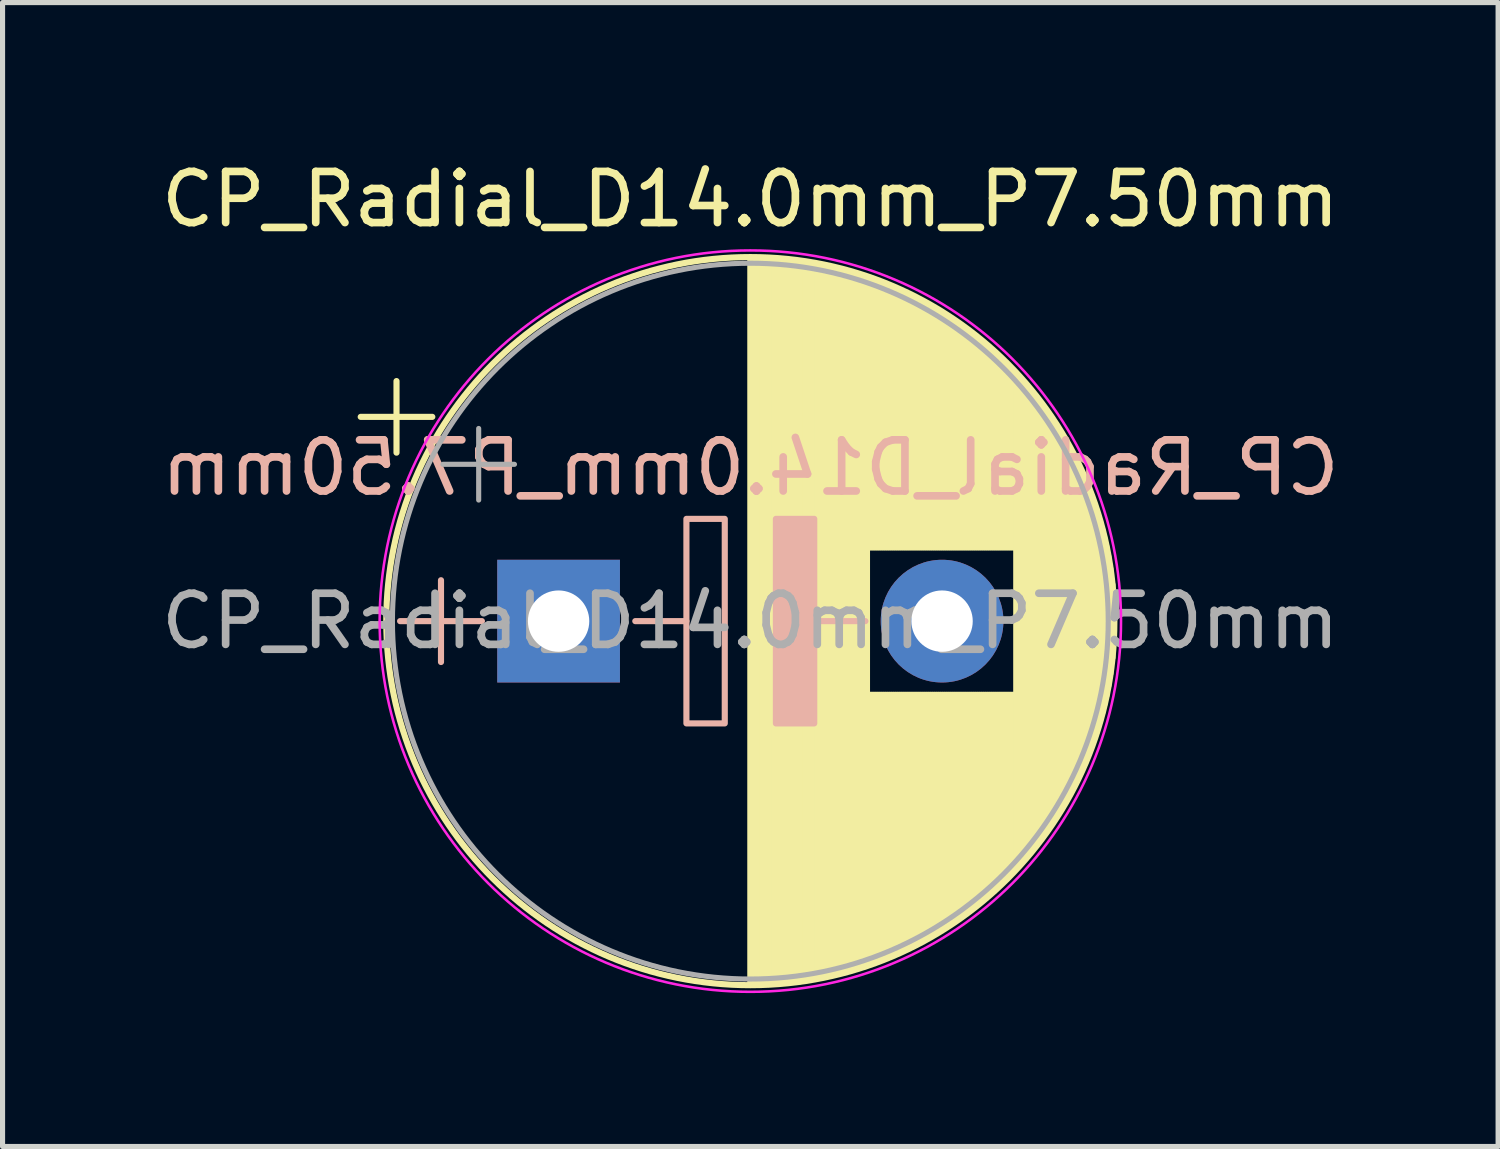
<source format=kicad_pcb>
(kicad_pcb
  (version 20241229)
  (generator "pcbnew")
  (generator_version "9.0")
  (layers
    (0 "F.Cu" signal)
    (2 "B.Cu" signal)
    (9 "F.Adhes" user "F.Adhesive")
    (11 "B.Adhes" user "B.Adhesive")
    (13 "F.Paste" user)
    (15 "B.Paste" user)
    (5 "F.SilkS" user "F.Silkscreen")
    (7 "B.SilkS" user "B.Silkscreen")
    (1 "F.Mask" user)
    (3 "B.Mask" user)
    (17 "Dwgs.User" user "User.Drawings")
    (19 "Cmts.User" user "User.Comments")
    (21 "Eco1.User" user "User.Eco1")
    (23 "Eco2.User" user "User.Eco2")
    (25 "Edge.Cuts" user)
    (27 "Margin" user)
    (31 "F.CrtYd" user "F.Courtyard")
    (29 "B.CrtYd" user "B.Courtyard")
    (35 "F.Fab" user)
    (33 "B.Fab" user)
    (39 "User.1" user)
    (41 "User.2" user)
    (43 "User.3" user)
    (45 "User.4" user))
  (footprint "CP_Radial_D14.0mm_P7.50mm"
    (layer "F.Cu")
    (at 7.875 9.098)
    (property "Reference" "CP_Radial_D14.0mm_P7.50mm" (at 3.75 -8.25 0) (layer "F.SilkS") (effects (font (size 1 1) (thickness 0.15))))
    (fp_line (start -3.87 -3.995) (end -2.47 -3.995) (stroke (width 0.12) (type solid)) (layer "F.SilkS"))
    (fp_line (start -3.17 -4.695) (end -3.17 -3.295) (stroke (width 0.12) (type solid)) (layer "F.SilkS"))
    (fp_line (start 3.75 -7.08) (end 3.75 7.08) (stroke (width 0.12) (type solid)) (layer "F.SilkS"))
    (fp_line (start 3.79 -7.08) (end 3.79 7.08) (stroke (width 0.12) (type solid)) (layer "F.SilkS"))
    (fp_line (start 3.83 -7.08) (end 3.83 7.08) (stroke (width 0.12) (type solid)) (layer "F.SilkS"))
    (fp_line (start 3.87 -7.079) (end 3.87 7.079) (stroke (width 0.12) (type solid)) (layer "F.SilkS"))
    (fp_line (start 3.91 -7.079) (end 3.91 7.079) (stroke (width 0.12) (type solid)) (layer "F.SilkS"))
    (fp_line (start 3.95 -7.078) (end 3.95 7.078) (stroke (width 0.12) (type solid)) (layer "F.SilkS"))
    (fp_line (start 3.99 -7.076) (end 3.99 7.076) (stroke (width 0.12) (type solid)) (layer "F.SilkS"))
    (fp_line (start 4.03 -7.075) (end 4.03 7.075) (stroke (width 0.12) (type solid)) (layer "F.SilkS"))
    (fp_line (start 4.07 -7.073) (end 4.07 7.073) (stroke (width 0.12) (type solid)) (layer "F.SilkS"))
    (fp_line (start 4.11 -7.071) (end 4.11 7.071) (stroke (width 0.12) (type solid)) (layer "F.SilkS"))
    (fp_line (start 4.15 -7.069) (end 4.15 7.069) (stroke (width 0.12) (type solid)) (layer "F.SilkS"))
    (fp_line (start 4.19 -7.067) (end 4.19 7.067) (stroke (width 0.12) (type solid)) (layer "F.SilkS"))
    (fp_line (start 4.23 -7.064) (end 4.23 7.064) (stroke (width 0.12) (type solid)) (layer "F.SilkS"))
    (fp_line (start 4.27 -7.061) (end 4.27 7.061) (stroke (width 0.12) (type solid)) (layer "F.SilkS"))
    (fp_line (start 4.31 -7.058) (end 4.31 7.058) (stroke (width 0.12) (type solid)) (layer "F.SilkS"))
    (fp_line (start 4.35 -7.055) (end 4.35 7.055) (stroke (width 0.12) (type solid)) (layer "F.SilkS"))
    (fp_line (start 4.39 -7.052) (end 4.39 7.052) (stroke (width 0.12) (type solid)) (layer "F.SilkS"))
    (fp_line (start 4.43 -7.048) (end 4.43 7.048) (stroke (width 0.12) (type solid)) (layer "F.SilkS"))
    (fp_line (start 4.471 -7.044) (end 4.471 7.044) (stroke (width 0.12) (type solid)) (layer "F.SilkS"))
    (fp_line (start 4.511 -7.04) (end 4.511 7.04) (stroke (width 0.12) (type solid)) (layer "F.SilkS"))
    (fp_line (start 4.551 -7.035) (end 4.551 7.035) (stroke (width 0.12) (type solid)) (layer "F.SilkS"))
    (fp_line (start 4.591 -7.031) (end 4.591 7.031) (stroke (width 0.12) (type solid)) (layer "F.SilkS"))
    (fp_line (start 4.631 -7.026) (end 4.631 7.026) (stroke (width 0.12) (type solid)) (layer "F.SilkS"))
    (fp_line (start 4.671 -7.021) (end 4.671 7.021) (stroke (width 0.12) (type solid)) (layer "F.SilkS"))
    (fp_line (start 4.711 -7.015) (end 4.711 7.015) (stroke (width 0.12) (type solid)) (layer "F.SilkS"))
    (fp_line (start 4.751 -7.01) (end 4.751 7.01) (stroke (width 0.12) (type solid)) (layer "F.SilkS"))
    (fp_line (start 4.791 -7.004) (end 4.791 7.004) (stroke (width 0.12) (type solid)) (layer "F.SilkS"))
    (fp_line (start 4.831 -6.998) (end 4.831 6.998) (stroke (width 0.12) (type solid)) (layer "F.SilkS"))
    (fp_line (start 4.871 -6.992) (end 4.871 6.992) (stroke (width 0.12) (type solid)) (layer "F.SilkS"))
    (fp_line (start 4.911 -6.985) (end 4.911 6.985) (stroke (width 0.12) (type solid)) (layer "F.SilkS"))
    (fp_line (start 4.951 -6.979) (end 4.951 6.979) (stroke (width 0.12) (type solid)) (layer "F.SilkS"))
    (fp_line (start 4.991 -6.972) (end 4.991 6.972) (stroke (width 0.12) (type solid)) (layer "F.SilkS"))
    (fp_line (start 5.031 -6.964) (end 5.031 6.964) (stroke (width 0.12) (type solid)) (layer "F.SilkS"))
    (fp_line (start 5.071 -6.957) (end 5.071 6.957) (stroke (width 0.12) (type solid)) (layer "F.SilkS"))
    (fp_line (start 5.111 -6.949) (end 5.111 6.949) (stroke (width 0.12) (type solid)) (layer "F.SilkS"))
    (fp_line (start 5.151 -6.942) (end 5.151 6.942) (stroke (width 0.12) (type solid)) (layer "F.SilkS"))
    (fp_line (start 5.191 -6.933) (end 5.191 6.933) (stroke (width 0.12) (type solid)) (layer "F.SilkS"))
    (fp_line (start 5.231 -6.925) (end 5.231 6.925) (stroke (width 0.12) (type solid)) (layer "F.SilkS"))
    (fp_line (start 5.271 -6.916) (end 5.271 6.916) (stroke (width 0.12) (type solid)) (layer "F.SilkS"))
    (fp_line (start 5.311 -6.907) (end 5.311 6.907) (stroke (width 0.12) (type solid)) (layer "F.SilkS"))
    (fp_line (start 5.351 -6.898) (end 5.351 6.898) (stroke (width 0.12) (type solid)) (layer "F.SilkS"))
    (fp_line (start 5.391 -6.889) (end 5.391 6.889) (stroke (width 0.12) (type solid)) (layer "F.SilkS"))
    (fp_line (start 5.431 -6.879) (end 5.431 6.879) (stroke (width 0.12) (type solid)) (layer "F.SilkS"))
    (fp_line (start 5.471 -6.87) (end 5.471 6.87) (stroke (width 0.12) (type solid)) (layer "F.SilkS"))
    (fp_line (start 5.511 -6.86) (end 5.511 6.86) (stroke (width 0.12) (type solid)) (layer "F.SilkS"))
    (fp_line (start 5.551 -6.849) (end 5.551 6.849) (stroke (width 0.12) (type solid)) (layer "F.SilkS"))
    (fp_line (start 5.591 -6.839) (end 5.591 6.839) (stroke (width 0.12) (type solid)) (layer "F.SilkS"))
    (fp_line (start 5.631 -6.828) (end 5.631 6.828) (stroke (width 0.12) (type solid)) (layer "F.SilkS"))
    (fp_line (start 5.671 -6.817) (end 5.671 6.817) (stroke (width 0.12) (type solid)) (layer "F.SilkS"))
    (fp_line (start 5.711 -6.805) (end 5.711 6.805) (stroke (width 0.12) (type solid)) (layer "F.SilkS"))
    (fp_line (start 5.751 -6.794) (end 5.751 6.794) (stroke (width 0.12) (type solid)) (layer "F.SilkS"))
    (fp_line (start 5.791 -6.782) (end 5.791 6.782) (stroke (width 0.12) (type solid)) (layer "F.SilkS"))
    (fp_line (start 5.831 -6.77) (end 5.831 6.77) (stroke (width 0.12) (type solid)) (layer "F.SilkS"))
    (fp_line (start 5.871 -6.758) (end 5.871 6.758) (stroke (width 0.12) (type solid)) (layer "F.SilkS"))
    (fp_line (start 5.911 -6.745) (end 5.911 6.745) (stroke (width 0.12) (type solid)) (layer "F.SilkS"))
    (fp_line (start 5.951 -6.732) (end 5.951 6.732) (stroke (width 0.12) (type solid)) (layer "F.SilkS"))
    (fp_line (start 5.991 -6.719) (end 5.991 6.719) (stroke (width 0.12) (type solid)) (layer "F.SilkS"))
    (fp_line (start 6.031 -6.706) (end 6.031 6.706) (stroke (width 0.12) (type solid)) (layer "F.SilkS"))
    (fp_line (start 6.071 -6.692) (end 6.071 -1.44) (stroke (width 0.12) (type solid)) (layer "F.SilkS"))
    (fp_line (start 6.071 1.44) (end 6.071 6.692) (stroke (width 0.12) (type solid)) (layer "F.SilkS"))
    (fp_line (start 6.111 -6.678) (end 6.111 -1.44) (stroke (width 0.12) (type solid)) (layer "F.SilkS"))
    (fp_line (start 6.111 1.44) (end 6.111 6.678) (stroke (width 0.12) (type solid)) (layer "F.SilkS"))
    (fp_line (start 6.151 -6.664) (end 6.151 -1.44) (stroke (width 0.12) (type solid)) (layer "F.SilkS"))
    (fp_line (start 6.151 1.44) (end 6.151 6.664) (stroke (width 0.12) (type solid)) (layer "F.SilkS"))
    (fp_line (start 6.191 -6.649) (end 6.191 -1.44) (stroke (width 0.12) (type solid)) (layer "F.SilkS"))
    (fp_line (start 6.191 1.44) (end 6.191 6.649) (stroke (width 0.12) (type solid)) (layer "F.SilkS"))
    (fp_line (start 6.231 -6.635) (end 6.231 -1.44) (stroke (width 0.12) (type solid)) (layer "F.SilkS"))
    (fp_line (start 6.231 1.44) (end 6.231 6.635) (stroke (width 0.12) (type solid)) (layer "F.SilkS"))
    (fp_line (start 6.271 -6.62) (end 6.271 -1.44) (stroke (width 0.12) (type solid)) (layer "F.SilkS"))
    (fp_line (start 6.271 1.44) (end 6.271 6.62) (stroke (width 0.12) (type solid)) (layer "F.SilkS"))
    (fp_line (start 6.311 -6.604) (end 6.311 -1.44) (stroke (width 0.12) (type solid)) (layer "F.SilkS"))
    (fp_line (start 6.311 1.44) (end 6.311 6.604) (stroke (width 0.12) (type solid)) (layer "F.SilkS"))
    (fp_line (start 6.351 -6.589) (end 6.351 -1.44) (stroke (width 0.12) (type solid)) (layer "F.SilkS"))
    (fp_line (start 6.351 1.44) (end 6.351 6.589) (stroke (width 0.12) (type solid)) (layer "F.SilkS"))
    (fp_line (start 6.391 -6.573) (end 6.391 -1.44) (stroke (width 0.12) (type solid)) (layer "F.SilkS"))
    (fp_line (start 6.391 1.44) (end 6.391 6.573) (stroke (width 0.12) (type solid)) (layer "F.SilkS"))
    (fp_line (start 6.431 -6.557) (end 6.431 -1.44) (stroke (width 0.12) (type solid)) (layer "F.SilkS"))
    (fp_line (start 6.431 1.44) (end 6.431 6.557) (stroke (width 0.12) (type solid)) (layer "F.SilkS"))
    (fp_line (start 6.471 -6.54) (end 6.471 -1.44) (stroke (width 0.12) (type solid)) (layer "F.SilkS"))
    (fp_line (start 6.471 1.44) (end 6.471 6.54) (stroke (width 0.12) (type solid)) (layer "F.SilkS"))
    (fp_line (start 6.511 -6.524) (end 6.511 -1.44) (stroke (width 0.12) (type solid)) (layer "F.SilkS"))
    (fp_line (start 6.511 1.44) (end 6.511 6.524) (stroke (width 0.12) (type solid)) (layer "F.SilkS"))
    (fp_line (start 6.551 -6.507) (end 6.551 -1.44) (stroke (width 0.12) (type solid)) (layer "F.SilkS"))
    (fp_line (start 6.551 1.44) (end 6.551 6.507) (stroke (width 0.12) (type solid)) (layer "F.SilkS"))
    (fp_line (start 6.591 -6.49) (end 6.591 -1.44) (stroke (width 0.12) (type solid)) (layer "F.SilkS"))
    (fp_line (start 6.591 1.44) (end 6.591 6.49) (stroke (width 0.12) (type solid)) (layer "F.SilkS"))
    (fp_line (start 6.631 -6.472) (end 6.631 -1.44) (stroke (width 0.12) (type solid)) (layer "F.SilkS"))
    (fp_line (start 6.631 1.44) (end 6.631 6.472) (stroke (width 0.12) (type solid)) (layer "F.SilkS"))
    (fp_line (start 6.671 -6.454) (end 6.671 -1.44) (stroke (width 0.12) (type solid)) (layer "F.SilkS"))
    (fp_line (start 6.671 1.44) (end 6.671 6.454) (stroke (width 0.12) (type solid)) (layer "F.SilkS"))
    (fp_line (start 6.711 -6.436) (end 6.711 -1.44) (stroke (width 0.12) (type solid)) (layer "F.SilkS"))
    (fp_line (start 6.711 1.44) (end 6.711 6.436) (stroke (width 0.12) (type solid)) (layer "F.SilkS"))
    (fp_line (start 6.751 -6.418) (end 6.751 -1.44) (stroke (width 0.12) (type solid)) (layer "F.SilkS"))
    (fp_line (start 6.751 1.44) (end 6.751 6.418) (stroke (width 0.12) (type solid)) (layer "F.SilkS"))
    (fp_line (start 6.791 -6.399) (end 6.791 -1.44) (stroke (width 0.12) (type solid)) (layer "F.SilkS"))
    (fp_line (start 6.791 1.44) (end 6.791 6.399) (stroke (width 0.12) (type solid)) (layer "F.SilkS"))
    (fp_line (start 6.831 -6.38) (end 6.831 -1.44) (stroke (width 0.12) (type solid)) (layer "F.SilkS"))
    (fp_line (start 6.831 1.44) (end 6.831 6.38) (stroke (width 0.12) (type solid)) (layer "F.SilkS"))
    (fp_line (start 6.871 -6.36) (end 6.871 -1.44) (stroke (width 0.12) (type solid)) (layer "F.SilkS"))
    (fp_line (start 6.871 1.44) (end 6.871 6.36) (stroke (width 0.12) (type solid)) (layer "F.SilkS"))
    (fp_line (start 6.911 -6.341) (end 6.911 -1.44) (stroke (width 0.12) (type solid)) (layer "F.SilkS"))
    (fp_line (start 6.911 1.44) (end 6.911 6.341) (stroke (width 0.12) (type solid)) (layer "F.SilkS"))
    (fp_line (start 6.951 -6.321) (end 6.951 -1.44) (stroke (width 0.12) (type solid)) (layer "F.SilkS"))
    (fp_line (start 6.951 1.44) (end 6.951 6.321) (stroke (width 0.12) (type solid)) (layer "F.SilkS"))
    (fp_line (start 6.991 -6.301) (end 6.991 -1.44) (stroke (width 0.12) (type solid)) (layer "F.SilkS"))
    (fp_line (start 6.991 1.44) (end 6.991 6.301) (stroke (width 0.12) (type solid)) (layer "F.SilkS"))
    (fp_line (start 7.031 -6.28) (end 7.031 -1.44) (stroke (width 0.12) (type solid)) (layer "F.SilkS"))
    (fp_line (start 7.031 1.44) (end 7.031 6.28) (stroke (width 0.12) (type solid)) (layer "F.SilkS"))
    (fp_line (start 7.071 -6.259) (end 7.071 -1.44) (stroke (width 0.12) (type solid)) (layer "F.SilkS"))
    (fp_line (start 7.071 1.44) (end 7.071 6.259) (stroke (width 0.12) (type solid)) (layer "F.SilkS"))
    (fp_line (start 7.111 -6.238) (end 7.111 -1.44) (stroke (width 0.12) (type solid)) (layer "F.SilkS"))
    (fp_line (start 7.111 1.44) (end 7.111 6.238) (stroke (width 0.12) (type solid)) (layer "F.SilkS"))
    (fp_line (start 7.151 -6.216) (end 7.151 -1.44) (stroke (width 0.12) (type solid)) (layer "F.SilkS"))
    (fp_line (start 7.151 1.44) (end 7.151 6.216) (stroke (width 0.12) (type solid)) (layer "F.SilkS"))
    (fp_line (start 7.191 -6.194) (end 7.191 -1.44) (stroke (width 0.12) (type solid)) (layer "F.SilkS"))
    (fp_line (start 7.191 1.44) (end 7.191 6.194) (stroke (width 0.12) (type solid)) (layer "F.SilkS"))
    (fp_line (start 7.231 -6.172) (end 7.231 -1.44) (stroke (width 0.12) (type solid)) (layer "F.SilkS"))
    (fp_line (start 7.231 1.44) (end 7.231 6.172) (stroke (width 0.12) (type solid)) (layer "F.SilkS"))
    (fp_line (start 7.271 -6.15) (end 7.271 -1.44) (stroke (width 0.12) (type solid)) (layer "F.SilkS"))
    (fp_line (start 7.271 1.44) (end 7.271 6.15) (stroke (width 0.12) (type solid)) (layer "F.SilkS"))
    (fp_line (start 7.311 -6.127) (end 7.311 -1.44) (stroke (width 0.12) (type solid)) (layer "F.SilkS"))
    (fp_line (start 7.311 1.44) (end 7.311 6.127) (stroke (width 0.12) (type solid)) (layer "F.SilkS"))
    (fp_line (start 7.351 -6.103) (end 7.351 -1.44) (stroke (width 0.12) (type solid)) (layer "F.SilkS"))
    (fp_line (start 7.351 1.44) (end 7.351 6.103) (stroke (width 0.12) (type solid)) (layer "F.SilkS"))
    (fp_line (start 7.391 -6.08) (end 7.391 -1.44) (stroke (width 0.12) (type solid)) (layer "F.SilkS"))
    (fp_line (start 7.391 1.44) (end 7.391 6.08) (stroke (width 0.12) (type solid)) (layer "F.SilkS"))
    (fp_line (start 7.431 -6.056) (end 7.431 -1.44) (stroke (width 0.12) (type solid)) (layer "F.SilkS"))
    (fp_line (start 7.431 1.44) (end 7.431 6.056) (stroke (width 0.12) (type solid)) (layer "F.SilkS"))
    (fp_line (start 7.471 -6.031) (end 7.471 -1.44) (stroke (width 0.12) (type solid)) (layer "F.SilkS"))
    (fp_line (start 7.471 1.44) (end 7.471 6.031) (stroke (width 0.12) (type solid)) (layer "F.SilkS"))
    (fp_line (start 7.511 -6.007) (end 7.511 -1.44) (stroke (width 0.12) (type solid)) (layer "F.SilkS"))
    (fp_line (start 7.511 1.44) (end 7.511 6.007) (stroke (width 0.12) (type solid)) (layer "F.SilkS"))
    (fp_line (start 7.551 -5.982) (end 7.551 -1.44) (stroke (width 0.12) (type solid)) (layer "F.SilkS"))
    (fp_line (start 7.551 1.44) (end 7.551 5.982) (stroke (width 0.12) (type solid)) (layer "F.SilkS"))
    (fp_line (start 7.591 -5.956) (end 7.591 -1.44) (stroke (width 0.12) (type solid)) (layer "F.SilkS"))
    (fp_line (start 7.591 1.44) (end 7.591 5.956) (stroke (width 0.12) (type solid)) (layer "F.SilkS"))
    (fp_line (start 7.631 -5.93) (end 7.631 -1.44) (stroke (width 0.12) (type solid)) (layer "F.SilkS"))
    (fp_line (start 7.631 1.44) (end 7.631 5.93) (stroke (width 0.12) (type solid)) (layer "F.SilkS"))
    (fp_line (start 7.671 -5.904) (end 7.671 -1.44) (stroke (width 0.12) (type solid)) (layer "F.SilkS"))
    (fp_line (start 7.671 1.44) (end 7.671 5.904) (stroke (width 0.12) (type solid)) (layer "F.SilkS"))
    (fp_line (start 7.711 -5.878) (end 7.711 -1.44) (stroke (width 0.12) (type solid)) (layer "F.SilkS"))
    (fp_line (start 7.711 1.44) (end 7.711 5.878) (stroke (width 0.12) (type solid)) (layer "F.SilkS"))
    (fp_line (start 7.751 -5.851) (end 7.751 -1.44) (stroke (width 0.12) (type solid)) (layer "F.SilkS"))
    (fp_line (start 7.751 1.44) (end 7.751 5.851) (stroke (width 0.12) (type solid)) (layer "F.SilkS"))
    (fp_line (start 7.791 -5.823) (end 7.791 -1.44) (stroke (width 0.12) (type solid)) (layer "F.SilkS"))
    (fp_line (start 7.791 1.44) (end 7.791 5.823) (stroke (width 0.12) (type solid)) (layer "F.SilkS"))
    (fp_line (start 7.831 -5.796) (end 7.831 -1.44) (stroke (width 0.12) (type solid)) (layer "F.SilkS"))
    (fp_line (start 7.831 1.44) (end 7.831 5.796) (stroke (width 0.12) (type solid)) (layer "F.SilkS"))
    (fp_line (start 7.871 -5.767) (end 7.871 -1.44) (stroke (width 0.12) (type solid)) (layer "F.SilkS"))
    (fp_line (start 7.871 1.44) (end 7.871 5.767) (stroke (width 0.12) (type solid)) (layer "F.SilkS"))
    (fp_line (start 7.911 -5.739) (end 7.911 -1.44) (stroke (width 0.12) (type solid)) (layer "F.SilkS"))
    (fp_line (start 7.911 1.44) (end 7.911 5.739) (stroke (width 0.12) (type solid)) (layer "F.SilkS"))
    (fp_line (start 7.951 -5.71) (end 7.951 -1.44) (stroke (width 0.12) (type solid)) (layer "F.SilkS"))
    (fp_line (start 7.951 1.44) (end 7.951 5.71) (stroke (width 0.12) (type solid)) (layer "F.SilkS"))
    (fp_line (start 7.991 -5.68) (end 7.991 -1.44) (stroke (width 0.12) (type solid)) (layer "F.SilkS"))
    (fp_line (start 7.991 1.44) (end 7.991 5.68) (stroke (width 0.12) (type solid)) (layer "F.SilkS"))
    (fp_line (start 8.031 -5.65) (end 8.031 -1.44) (stroke (width 0.12) (type solid)) (layer "F.SilkS"))
    (fp_line (start 8.031 1.44) (end 8.031 5.65) (stroke (width 0.12) (type solid)) (layer "F.SilkS"))
    (fp_line (start 8.071 -5.62) (end 8.071 -1.44) (stroke (width 0.12) (type solid)) (layer "F.SilkS"))
    (fp_line (start 8.071 1.44) (end 8.071 5.62) (stroke (width 0.12) (type solid)) (layer "F.SilkS"))
    (fp_line (start 8.111 -5.589) (end 8.111 -1.44) (stroke (width 0.12) (type solid)) (layer "F.SilkS"))
    (fp_line (start 8.111 1.44) (end 8.111 5.589) (stroke (width 0.12) (type solid)) (layer "F.SilkS"))
    (fp_line (start 8.151 -5.558) (end 8.151 -1.44) (stroke (width 0.12) (type solid)) (layer "F.SilkS"))
    (fp_line (start 8.151 1.44) (end 8.151 5.558) (stroke (width 0.12) (type solid)) (layer "F.SilkS"))
    (fp_line (start 8.191 -5.527) (end 8.191 -1.44) (stroke (width 0.12) (type solid)) (layer "F.SilkS"))
    (fp_line (start 8.191 1.44) (end 8.191 5.527) (stroke (width 0.12) (type solid)) (layer "F.SilkS"))
    (fp_line (start 8.231 -5.494) (end 8.231 -1.44) (stroke (width 0.12) (type solid)) (layer "F.SilkS"))
    (fp_line (start 8.231 1.44) (end 8.231 5.494) (stroke (width 0.12) (type solid)) (layer "F.SilkS"))
    (fp_line (start 8.271 -5.462) (end 8.271 -1.44) (stroke (width 0.12) (type solid)) (layer "F.SilkS"))
    (fp_line (start 8.271 1.44) (end 8.271 5.462) (stroke (width 0.12) (type solid)) (layer "F.SilkS"))
    (fp_line (start 8.311 -5.429) (end 8.311 -1.44) (stroke (width 0.12) (type solid)) (layer "F.SilkS"))
    (fp_line (start 8.311 1.44) (end 8.311 5.429) (stroke (width 0.12) (type solid)) (layer "F.SilkS"))
    (fp_line (start 8.351 -5.395) (end 8.351 -1.44) (stroke (width 0.12) (type solid)) (layer "F.SilkS"))
    (fp_line (start 8.351 1.44) (end 8.351 5.395) (stroke (width 0.12) (type solid)) (layer "F.SilkS"))
    (fp_line (start 8.391 -5.361) (end 8.391 -1.44) (stroke (width 0.12) (type solid)) (layer "F.SilkS"))
    (fp_line (start 8.391 1.44) (end 8.391 5.361) (stroke (width 0.12) (type solid)) (layer "F.SilkS"))
    (fp_line (start 8.431 -5.326) (end 8.431 -1.44) (stroke (width 0.12) (type solid)) (layer "F.SilkS"))
    (fp_line (start 8.431 1.44) (end 8.431 5.326) (stroke (width 0.12) (type solid)) (layer "F.SilkS"))
    (fp_line (start 8.471 -5.291) (end 8.471 -1.44) (stroke (width 0.12) (type solid)) (layer "F.SilkS"))
    (fp_line (start 8.471 1.44) (end 8.471 5.291) (stroke (width 0.12) (type solid)) (layer "F.SilkS"))
    (fp_line (start 8.511 -5.255) (end 8.511 -1.44) (stroke (width 0.12) (type solid)) (layer "F.SilkS"))
    (fp_line (start 8.511 1.44) (end 8.511 5.255) (stroke (width 0.12) (type solid)) (layer "F.SilkS"))
    (fp_line (start 8.551 -5.219) (end 8.551 -1.44) (stroke (width 0.12) (type solid)) (layer "F.SilkS"))
    (fp_line (start 8.551 1.44) (end 8.551 5.219) (stroke (width 0.12) (type solid)) (layer "F.SilkS"))
    (fp_line (start 8.591 -5.182) (end 8.591 -1.44) (stroke (width 0.12) (type solid)) (layer "F.SilkS"))
    (fp_line (start 8.591 1.44) (end 8.591 5.182) (stroke (width 0.12) (type solid)) (layer "F.SilkS"))
    (fp_line (start 8.631 -5.145) (end 8.631 -1.44) (stroke (width 0.12) (type solid)) (layer "F.SilkS"))
    (fp_line (start 8.631 1.44) (end 8.631 5.145) (stroke (width 0.12) (type solid)) (layer "F.SilkS"))
    (fp_line (start 8.671 -5.107) (end 8.671 -1.44) (stroke (width 0.12) (type solid)) (layer "F.SilkS"))
    (fp_line (start 8.671 1.44) (end 8.671 5.107) (stroke (width 0.12) (type solid)) (layer "F.SilkS"))
    (fp_line (start 8.711 -5.069) (end 8.711 -1.44) (stroke (width 0.12) (type solid)) (layer "F.SilkS"))
    (fp_line (start 8.711 1.44) (end 8.711 5.069) (stroke (width 0.12) (type solid)) (layer "F.SilkS"))
    (fp_line (start 8.751 -5.029) (end 8.751 -1.44) (stroke (width 0.12) (type solid)) (layer "F.SilkS"))
    (fp_line (start 8.751 1.44) (end 8.751 5.029) (stroke (width 0.12) (type solid)) (layer "F.SilkS"))
    (fp_line (start 8.791 -4.99) (end 8.791 -1.44) (stroke (width 0.12) (type solid)) (layer "F.SilkS"))
    (fp_line (start 8.791 1.44) (end 8.791 4.99) (stroke (width 0.12) (type solid)) (layer "F.SilkS"))
    (fp_line (start 8.831 -4.949) (end 8.831 -1.44) (stroke (width 0.12) (type solid)) (layer "F.SilkS"))
    (fp_line (start 8.831 1.44) (end 8.831 4.949) (stroke (width 0.12) (type solid)) (layer "F.SilkS"))
    (fp_line (start 8.871 -4.908) (end 8.871 -1.44) (stroke (width 0.12) (type solid)) (layer "F.SilkS"))
    (fp_line (start 8.871 1.44) (end 8.871 4.908) (stroke (width 0.12) (type solid)) (layer "F.SilkS"))
    (fp_line (start 8.911 -4.866) (end 8.911 -1.44) (stroke (width 0.12) (type solid)) (layer "F.SilkS"))
    (fp_line (start 8.911 1.44) (end 8.911 4.866) (stroke (width 0.12) (type solid)) (layer "F.SilkS"))
    (fp_line (start 8.951 -4.824) (end 8.951 4.824) (stroke (width 0.12) (type solid)) (layer "F.SilkS"))
    (fp_line (start 8.991 -4.781) (end 8.991 4.781) (stroke (width 0.12) (type solid)) (layer "F.SilkS"))
    (fp_line (start 9.031 -4.737) (end 9.031 4.737) (stroke (width 0.12) (type solid)) (layer "F.SilkS"))
    (fp_line (start 9.071 -4.693) (end 9.071 4.693) (stroke (width 0.12) (type solid)) (layer "F.SilkS"))
    (fp_line (start 9.111 -4.647) (end 9.111 4.647) (stroke (width 0.12) (type solid)) (layer "F.SilkS"))
    (fp_line (start 9.151 -4.601) (end 9.151 4.601) (stroke (width 0.12) (type solid)) (layer "F.SilkS"))
    (fp_line (start 9.191 -4.554) (end 9.191 4.554) (stroke (width 0.12) (type solid)) (layer "F.SilkS"))
    (fp_line (start 9.231 -4.506) (end 9.231 4.506) (stroke (width 0.12) (type solid)) (layer "F.SilkS"))
    (fp_line (start 9.271 -4.458) (end 9.271 4.458) (stroke (width 0.12) (type solid)) (layer "F.SilkS"))
    (fp_line (start 9.311 -4.408) (end 9.311 4.408) (stroke (width 0.12) (type solid)) (layer "F.SilkS"))
    (fp_line (start 9.351 -4.358) (end 9.351 4.358) (stroke (width 0.12) (type solid)) (layer "F.SilkS"))
    (fp_line (start 9.391 -4.306) (end 9.391 4.306) (stroke (width 0.12) (type solid)) (layer "F.SilkS"))
    (fp_line (start 9.431 -4.254) (end 9.431 4.254) (stroke (width 0.12) (type solid)) (layer "F.SilkS"))
    (fp_line (start 9.471 -4.2) (end 9.471 4.2) (stroke (width 0.12) (type solid)) (layer "F.SilkS"))
    (fp_line (start 9.511 -4.146) (end 9.511 4.146) (stroke (width 0.12) (type solid)) (layer "F.SilkS"))
    (fp_line (start 9.551 -4.09) (end 9.551 4.09) (stroke (width 0.12) (type solid)) (layer "F.SilkS"))
    (fp_line (start 9.591 -4.033) (end 9.591 4.033) (stroke (width 0.12) (type solid)) (layer "F.SilkS"))
    (fp_line (start 9.631 -3.975) (end 9.631 3.975) (stroke (width 0.12) (type solid)) (layer "F.SilkS"))
    (fp_line (start 9.671 -3.916) (end 9.671 3.916) (stroke (width 0.12) (type solid)) (layer "F.SilkS"))
    (fp_line (start 9.711 -3.856) (end 9.711 3.856) (stroke (width 0.12) (type solid)) (layer "F.SilkS"))
    (fp_line (start 9.751 -3.794) (end 9.751 3.794) (stroke (width 0.12) (type solid)) (layer "F.SilkS"))
    (fp_line (start 9.791 -3.73) (end 9.791 3.73) (stroke (width 0.12) (type solid)) (layer "F.SilkS"))
    (fp_line (start 9.831 -3.666) (end 9.831 3.666) (stroke (width 0.12) (type solid)) (layer "F.SilkS"))
    (fp_line (start 9.871 -3.599) (end 9.871 3.599) (stroke (width 0.12) (type solid)) (layer "F.SilkS"))
    (fp_line (start 9.911 -3.531) (end 9.911 3.531) (stroke (width 0.12) (type solid)) (layer "F.SilkS"))
    (fp_line (start 9.951 -3.461) (end 9.951 3.461) (stroke (width 0.12) (type solid)) (layer "F.SilkS"))
    (fp_line (start 9.991 -3.389) (end 9.991 3.389) (stroke (width 0.12) (type solid)) (layer "F.SilkS"))
    (fp_line (start 10.031 -3.315) (end 10.031 3.315) (stroke (width 0.12) (type solid)) (layer "F.SilkS"))
    (fp_line (start 10.071 -3.24) (end 10.071 3.24) (stroke (width 0.12) (type solid)) (layer "F.SilkS"))
    (fp_line (start 10.111 -3.161) (end 10.111 3.161) (stroke (width 0.12) (type solid)) (layer "F.SilkS"))
    (fp_line (start 10.151 -3.08) (end 10.151 3.08) (stroke (width 0.12) (type solid)) (layer "F.SilkS"))
    (fp_line (start 10.191 -2.997) (end 10.191 2.997) (stroke (width 0.12) (type solid)) (layer "F.SilkS"))
    (fp_line (start 10.231 -2.911) (end 10.231 2.911) (stroke (width 0.12) (type solid)) (layer "F.SilkS"))
    (fp_line (start 10.271 -2.821) (end 10.271 2.821) (stroke (width 0.12) (type solid)) (layer "F.SilkS"))
    (fp_line (start 10.311 -2.728) (end 10.311 2.728) (stroke (width 0.12) (type solid)) (layer "F.SilkS"))
    (fp_line (start 10.351 -2.632) (end 10.351 2.632) (stroke (width 0.12) (type solid)) (layer "F.SilkS"))
    (fp_line (start 10.391 -2.53) (end 10.391 2.53) (stroke (width 0.12) (type solid)) (layer "F.SilkS"))
    (fp_line (start 10.431 -2.425) (end 10.431 2.425) (stroke (width 0.12) (type solid)) (layer "F.SilkS"))
    (fp_line (start 10.471 -2.313) (end 10.471 2.313) (stroke (width 0.12) (type solid)) (layer "F.SilkS"))
    (fp_line (start 10.511 -2.196) (end 10.511 2.196) (stroke (width 0.12) (type solid)) (layer "F.SilkS"))
    (fp_line (start 10.551 -2.071) (end 10.551 2.071) (stroke (width 0.12) (type solid)) (layer "F.SilkS"))
    (fp_line (start 10.591 -1.938) (end 10.591 1.938) (stroke (width 0.12) (type solid)) (layer "F.SilkS"))
    (fp_line (start 10.631 -1.794) (end 10.631 1.794) (stroke (width 0.12) (type solid)) (layer "F.SilkS"))
    (fp_line (start 10.671 -1.636) (end 10.671 1.636) (stroke (width 0.12) (type solid)) (layer "F.SilkS"))
    (fp_line (start 10.711 -1.461) (end 10.711 1.461) (stroke (width 0.12) (type solid)) (layer "F.SilkS"))
    (fp_line (start 10.751 -1.262) (end 10.751 1.262) (stroke (width 0.12) (type solid)) (layer "F.SilkS"))
    (fp_line (start 10.791 -1.025) (end 10.791 1.025) (stroke (width 0.12) (type solid)) (layer "F.SilkS"))
    (fp_line (start 10.831 -0.714) (end 10.831 0.714) (stroke (width 0.12) (type solid)) (layer "F.SilkS"))
    (fp_circle (center 3.75 0) (end 10.87 0) (stroke (width 0.12) (type solid)) (fill no) (layer "F.SilkS"))
    (fp_line (start -2.3 -0.8) (end -2.3 0.8) (stroke (width 0.12) (type solid)) (layer "B.SilkS"))
    (fp_line (start -1.5 0) (end -3.1 0) (stroke (width 0.12) (type solid)) (layer "B.SilkS"))
    (fp_line (start 2.5 0) (end 1.5 0) (stroke (width 0.12) (type solid)) (layer "B.SilkS"))
    (fp_line (start 6 0) (end 5 0) (stroke (width 0.12) (type solid)) (layer "B.SilkS"))
    (fp_rect (start 2.5 -2) (end 3.25 2) (stroke (width 0.12) (type solid)) (fill no) (layer "B.SilkS"))
    (fp_rect (start 4.25 -2) (end 5 2) (stroke (width 0.12) (type solid)) (fill yes) (layer "B.SilkS"))
    (fp_circle (center 3.75 0) (end 11 0) (stroke (width 0.05) (type solid)) (fill no) (layer "F.CrtYd"))
    (fp_line (start -2.263 -3.067) (end -0.863 -3.067) (stroke (width 0.1) (type solid)) (layer "F.Fab"))
    (fp_line (start -1.563 -3.768) (end -1.563 -2.368) (stroke (width 0.1) (type solid)) (layer "F.Fab"))
    (fp_circle (center 3.75 0) (end 10.75 0) (stroke (width 0.1) (type solid)) (fill no) (layer "F.Fab"))
    (fp_text user "${REFERENCE}" (at 3.75 -3 0) (layer "B.SilkS") (effects (font (size 1 1) (thickness 0.15)) (justify mirror)))
    (fp_text user "${REFERENCE}" (at 3.75 0 0) (layer "F.Fab") (effects (font (size 1 1) (thickness 0.15))))
    (pad "1" thru_hole rect (at 0 0) (size 2.4 2.4) (drill 1.2) (layers "*.Cu" "*.Mask"))
    (pad "2" thru_hole circle (at 7.5 0) (size 2.4 2.4) (drill 1.2) (layers "*.Cu" "*.Mask")))
  (gr_rect
    (start -3 -3)
    (end 26.25 19.373)
    (stroke (width 0.1) (type default))
    (fill no)
    (layer "Edge.Cuts")))
</source>
